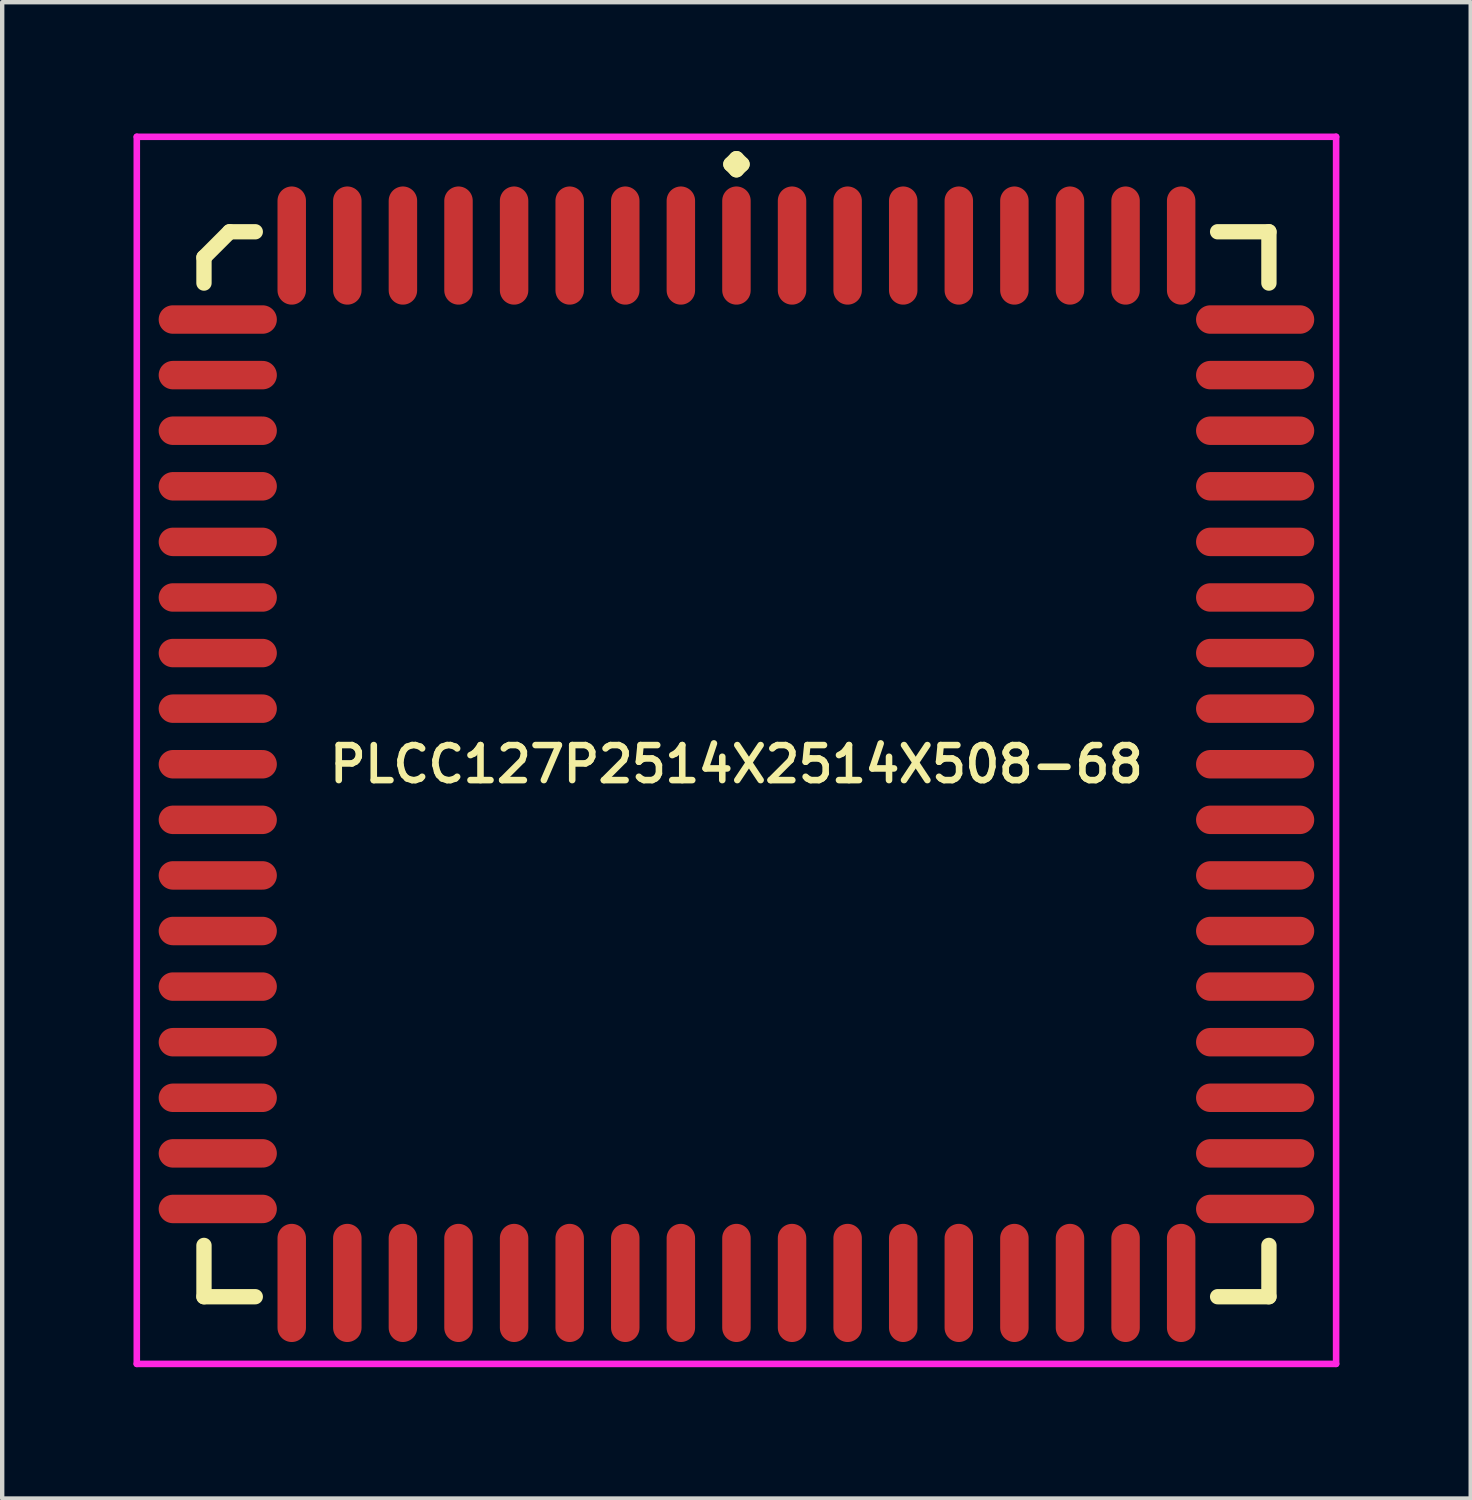
<source format=kicad_pcb>
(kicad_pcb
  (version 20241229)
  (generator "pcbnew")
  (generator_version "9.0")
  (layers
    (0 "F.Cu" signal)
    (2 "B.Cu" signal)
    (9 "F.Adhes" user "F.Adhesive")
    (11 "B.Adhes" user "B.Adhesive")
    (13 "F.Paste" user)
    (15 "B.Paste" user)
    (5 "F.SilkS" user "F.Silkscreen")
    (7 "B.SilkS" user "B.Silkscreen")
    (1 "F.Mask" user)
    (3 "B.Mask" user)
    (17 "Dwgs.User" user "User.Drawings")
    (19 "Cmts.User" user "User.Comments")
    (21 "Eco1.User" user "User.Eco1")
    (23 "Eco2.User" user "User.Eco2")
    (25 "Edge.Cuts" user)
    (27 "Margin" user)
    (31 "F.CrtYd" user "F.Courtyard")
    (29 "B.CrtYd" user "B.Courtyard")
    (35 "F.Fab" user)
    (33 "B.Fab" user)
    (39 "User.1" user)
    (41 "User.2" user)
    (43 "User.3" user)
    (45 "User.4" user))
  (footprint "PLCC127P2514X2514X508-68"
    (layer "F.Cu")
    (at 13.775 14.41)
    (property "Reference" "PLCC127P2514X2514X508-68" (at 0 0 0) (layer "F.SilkS") (effects (font (size 0.8 0.8) (thickness 0.15))))
    (attr smd)
    (fp_line (start -12.165 -11.579) (end -11.579 -12.165) (stroke (width 0.35) (type solid)) (layer "F.SilkS"))
    (fp_line (start -12.165 -10.993) (end -12.165 -11.579) (stroke (width 0.35) (type solid)) (layer "F.SilkS"))
    (fp_line (start -12.165 10.993) (end -12.165 12.165) (stroke (width 0.35) (type solid)) (layer "F.SilkS"))
    (fp_line (start -12.165 12.165) (end -10.993 12.165) (stroke (width 0.35) (type solid)) (layer "F.SilkS"))
    (fp_line (start -11.579 -12.165) (end -10.993 -12.165) (stroke (width 0.35) (type solid)) (layer "F.SilkS"))
    (fp_line (start -0.127 -13.708) (end 0 -13.835) (stroke (width 0.35) (type solid)) (layer "F.SilkS"))
    (fp_line (start 0 -13.835) (end 0.127 -13.708) (stroke (width 0.35) (type solid)) (layer "F.SilkS"))
    (fp_line (start 0 -13.581) (end -0.127 -13.708) (stroke (width 0.35) (type solid)) (layer "F.SilkS"))
    (fp_line (start 0.127 -13.708) (end 0 -13.581) (stroke (width 0.35) (type solid)) (layer "F.SilkS"))
    (fp_line (start 12.165 -12.165) (end 10.993 -12.165) (stroke (width 0.35) (type solid)) (layer "F.SilkS"))
    (fp_line (start 12.165 -10.993) (end 12.165 -12.165) (stroke (width 0.35) (type solid)) (layer "F.SilkS"))
    (fp_line (start 12.165 10.993) (end 12.165 12.165) (stroke (width 0.35) (type solid)) (layer "F.SilkS"))
    (fp_line (start 12.165 12.165) (end 10.993 12.165) (stroke (width 0.35) (type solid)) (layer "F.SilkS"))
    (fp_line (start -13.7 -14.335) (end 13.7 -14.335) (stroke (width 0.15) (type solid)) (layer "F.CrtYd"))
    (fp_line (start -13.7 13.7) (end -13.7 -14.335) (stroke (width 0.15) (type solid)) (layer "F.CrtYd"))
    (fp_line (start 13.7 -14.335) (end 13.7 13.7) (stroke (width 0.15) (type solid)) (layer "F.CrtYd"))
    (fp_line (start 13.7 13.7) (end -13.7 13.7) (stroke (width 0.15) (type solid)) (layer "F.CrtYd"))
    (pad "1" smd oval (at 0 -11.85) (size 0.65 2.7) (layers "F.Cu" "F.Mask" "F.Paste"))
    (pad "2" smd oval (at -1.27 -11.85) (size 0.65 2.7) (layers "F.Cu" "F.Mask" "F.Paste"))
    (pad "3" smd oval (at -2.54 -11.85) (size 0.65 2.7) (layers "F.Cu" "F.Mask" "F.Paste"))
    (pad "4" smd oval (at -3.81 -11.85) (size 0.65 2.7) (layers "F.Cu" "F.Mask" "F.Paste"))
    (pad "5" smd oval (at -5.08 -11.85) (size 0.65 2.7) (layers "F.Cu" "F.Mask" "F.Paste"))
    (pad "6" smd oval (at -6.35 -11.85) (size 0.65 2.7) (layers "F.Cu" "F.Mask" "F.Paste"))
    (pad "7" smd oval (at -7.62 -11.85) (size 0.65 2.7) (layers "F.Cu" "F.Mask" "F.Paste"))
    (pad "8" smd oval (at -8.89 -11.85) (size 0.65 2.7) (layers "F.Cu" "F.Mask" "F.Paste"))
    (pad "9" smd oval (at -10.16 -11.85) (size 0.65 2.7) (layers "F.Cu" "F.Mask" "F.Paste"))
    (pad "10" smd oval (at -11.85 -10.16) (size 2.7 0.65) (layers "F.Cu" "F.Mask" "F.Paste"))
    (pad "11" smd oval (at -11.85 -8.89) (size 2.7 0.65) (layers "F.Cu" "F.Mask" "F.Paste"))
    (pad "12" smd oval (at -11.85 -7.62) (size 2.7 0.65) (layers "F.Cu" "F.Mask" "F.Paste"))
    (pad "13" smd oval (at -11.85 -6.35) (size 2.7 0.65) (layers "F.Cu" "F.Mask" "F.Paste"))
    (pad "14" smd oval (at -11.85 -5.08) (size 2.7 0.65) (layers "F.Cu" "F.Mask" "F.Paste"))
    (pad "15" smd oval (at -11.85 -3.81) (size 2.7 0.65) (layers "F.Cu" "F.Mask" "F.Paste"))
    (pad "16" smd oval (at -11.85 -2.54) (size 2.7 0.65) (layers "F.Cu" "F.Mask" "F.Paste"))
    (pad "17" smd oval (at -11.85 -1.27) (size 2.7 0.65) (layers "F.Cu" "F.Mask" "F.Paste"))
    (pad "18" smd oval (at -11.85 0) (size 2.7 0.65) (layers "F.Cu" "F.Mask" "F.Paste"))
    (pad "19" smd oval (at -11.85 1.27) (size 2.7 0.65) (layers "F.Cu" "F.Mask" "F.Paste"))
    (pad "20" smd oval (at -11.85 2.54) (size 2.7 0.65) (layers "F.Cu" "F.Mask" "F.Paste"))
    (pad "21" smd oval (at -11.85 3.81) (size 2.7 0.65) (layers "F.Cu" "F.Mask" "F.Paste"))
    (pad "22" smd oval (at -11.85 5.08) (size 2.7 0.65) (layers "F.Cu" "F.Mask" "F.Paste"))
    (pad "23" smd oval (at -11.85 6.35) (size 2.7 0.65) (layers "F.Cu" "F.Mask" "F.Paste"))
    (pad "24" smd oval (at -11.85 7.62) (size 2.7 0.65) (layers "F.Cu" "F.Mask" "F.Paste"))
    (pad "25" smd oval (at -11.85 8.89) (size 2.7 0.65) (layers "F.Cu" "F.Mask" "F.Paste"))
    (pad "26" smd oval (at -11.85 10.16) (size 2.7 0.65) (layers "F.Cu" "F.Mask" "F.Paste"))
    (pad "27" smd oval (at -10.16 11.85) (size 0.65 2.7) (layers "F.Cu" "F.Mask" "F.Paste"))
    (pad "28" smd oval (at -8.89 11.85) (size 0.65 2.7) (layers "F.Cu" "F.Mask" "F.Paste"))
    (pad "29" smd oval (at -7.62 11.85) (size 0.65 2.7) (layers "F.Cu" "F.Mask" "F.Paste"))
    (pad "30" smd oval (at -6.35 11.85) (size 0.65 2.7) (layers "F.Cu" "F.Mask" "F.Paste"))
    (pad "31" smd oval (at -5.08 11.85) (size 0.65 2.7) (layers "F.Cu" "F.Mask" "F.Paste"))
    (pad "32" smd oval (at -3.81 11.85) (size 0.65 2.7) (layers "F.Cu" "F.Mask" "F.Paste"))
    (pad "33" smd oval (at -2.54 11.85) (size 0.65 2.7) (layers "F.Cu" "F.Mask" "F.Paste"))
    (pad "34" smd oval (at -1.27 11.85) (size 0.65 2.7) (layers "F.Cu" "F.Mask" "F.Paste"))
    (pad "35" smd oval (at 0 11.85) (size 0.65 2.7) (layers "F.Cu" "F.Mask" "F.Paste"))
    (pad "36" smd oval (at 1.27 11.85) (size 0.65 2.7) (layers "F.Cu" "F.Mask" "F.Paste"))
    (pad "37" smd oval (at 2.54 11.85) (size 0.65 2.7) (layers "F.Cu" "F.Mask" "F.Paste"))
    (pad "38" smd oval (at 3.81 11.85) (size 0.65 2.7) (layers "F.Cu" "F.Mask" "F.Paste"))
    (pad "39" smd oval (at 5.08 11.85) (size 0.65 2.7) (layers "F.Cu" "F.Mask" "F.Paste"))
    (pad "40" smd oval (at 6.35 11.85) (size 0.65 2.7) (layers "F.Cu" "F.Mask" "F.Paste"))
    (pad "41" smd oval (at 7.62 11.85) (size 0.65 2.7) (layers "F.Cu" "F.Mask" "F.Paste"))
    (pad "42" smd oval (at 8.89 11.85) (size 0.65 2.7) (layers "F.Cu" "F.Mask" "F.Paste"))
    (pad "43" smd oval (at 10.16 11.85) (size 0.65 2.7) (layers "F.Cu" "F.Mask" "F.Paste"))
    (pad "44" smd oval (at 11.85 10.16) (size 2.7 0.65) (layers "F.Cu" "F.Mask" "F.Paste"))
    (pad "45" smd oval (at 11.85 8.89) (size 2.7 0.65) (layers "F.Cu" "F.Mask" "F.Paste"))
    (pad "46" smd oval (at 11.85 7.62) (size 2.7 0.65) (layers "F.Cu" "F.Mask" "F.Paste"))
    (pad "47" smd oval (at 11.85 6.35) (size 2.7 0.65) (layers "F.Cu" "F.Mask" "F.Paste"))
    (pad "48" smd oval (at 11.85 5.08) (size 2.7 0.65) (layers "F.Cu" "F.Mask" "F.Paste"))
    (pad "49" smd oval (at 11.85 3.81) (size 2.7 0.65) (layers "F.Cu" "F.Mask" "F.Paste"))
    (pad "50" smd oval (at 11.85 2.54) (size 2.7 0.65) (layers "F.Cu" "F.Mask" "F.Paste"))
    (pad "51" smd oval (at 11.85 1.27) (size 2.7 0.65) (layers "F.Cu" "F.Mask" "F.Paste"))
    (pad "52" smd oval (at 11.85 0) (size 2.7 0.65) (layers "F.Cu" "F.Mask" "F.Paste"))
    (pad "53" smd oval (at 11.85 -1.27) (size 2.7 0.65) (layers "F.Cu" "F.Mask" "F.Paste"))
    (pad "54" smd oval (at 11.85 -2.54) (size 2.7 0.65) (layers "F.Cu" "F.Mask" "F.Paste"))
    (pad "55" smd oval (at 11.85 -3.81) (size 2.7 0.65) (layers "F.Cu" "F.Mask" "F.Paste"))
    (pad "56" smd oval (at 11.85 -5.08) (size 2.7 0.65) (layers "F.Cu" "F.Mask" "F.Paste"))
    (pad "57" smd oval (at 11.85 -6.35) (size 2.7 0.65) (layers "F.Cu" "F.Mask" "F.Paste"))
    (pad "58" smd oval (at 11.85 -7.62) (size 2.7 0.65) (layers "F.Cu" "F.Mask" "F.Paste"))
    (pad "59" smd oval (at 11.85 -8.89) (size 2.7 0.65) (layers "F.Cu" "F.Mask" "F.Paste"))
    (pad "60" smd oval (at 11.85 -10.16) (size 2.7 0.65) (layers "F.Cu" "F.Mask" "F.Paste"))
    (pad "61" smd oval (at 10.16 -11.85) (size 0.65 2.7) (layers "F.Cu" "F.Mask" "F.Paste"))
    (pad "62" smd oval (at 8.89 -11.85) (size 0.65 2.7) (layers "F.Cu" "F.Mask" "F.Paste"))
    (pad "63" smd oval (at 7.62 -11.85) (size 0.65 2.7) (layers "F.Cu" "F.Mask" "F.Paste"))
    (pad "64" smd oval (at 6.35 -11.85) (size 0.65 2.7) (layers "F.Cu" "F.Mask" "F.Paste"))
    (pad "65" smd oval (at 5.08 -11.85) (size 0.65 2.7) (layers "F.Cu" "F.Mask" "F.Paste"))
    (pad "66" smd oval (at 3.81 -11.85) (size 0.65 2.7) (layers "F.Cu" "F.Mask" "F.Paste"))
    (pad "67" smd oval (at 2.54 -11.85) (size 0.65 2.7) (layers "F.Cu" "F.Mask" "F.Paste"))
    (pad "68" smd oval (at 1.27 -11.85) (size 0.65 2.7) (layers "F.Cu" "F.Mask" "F.Paste")))
  (gr_rect
    (start -3 -3)
    (end 30.55 31.185)
    (stroke (width 0.1) (type default))
    (fill no)
    (layer "Edge.Cuts")))
</source>
